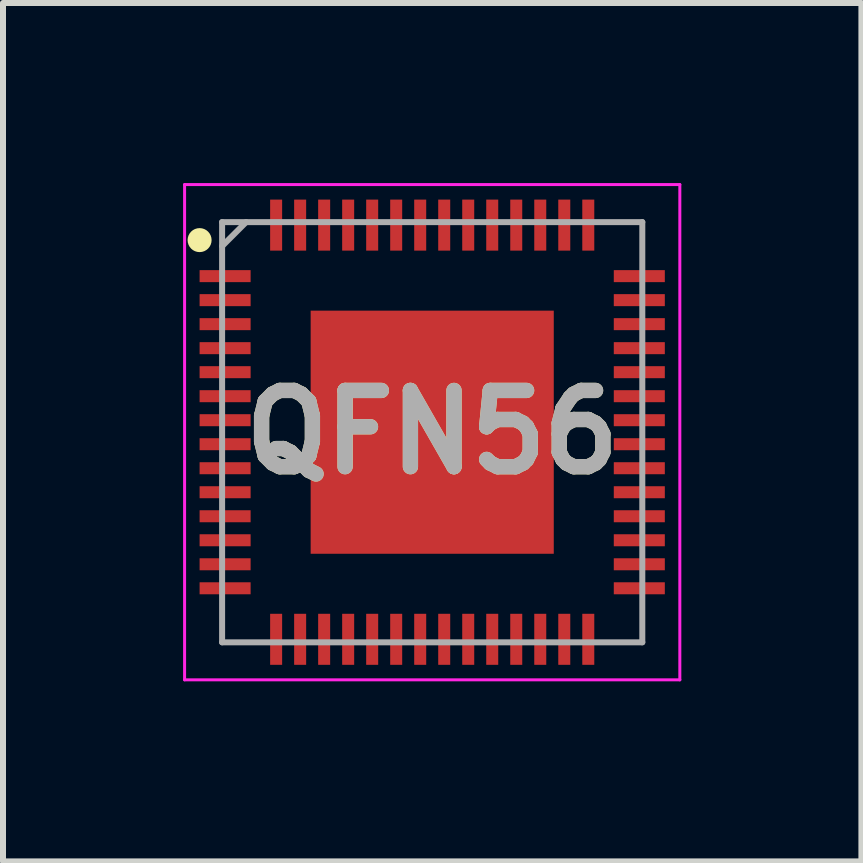
<source format=kicad_pcb>
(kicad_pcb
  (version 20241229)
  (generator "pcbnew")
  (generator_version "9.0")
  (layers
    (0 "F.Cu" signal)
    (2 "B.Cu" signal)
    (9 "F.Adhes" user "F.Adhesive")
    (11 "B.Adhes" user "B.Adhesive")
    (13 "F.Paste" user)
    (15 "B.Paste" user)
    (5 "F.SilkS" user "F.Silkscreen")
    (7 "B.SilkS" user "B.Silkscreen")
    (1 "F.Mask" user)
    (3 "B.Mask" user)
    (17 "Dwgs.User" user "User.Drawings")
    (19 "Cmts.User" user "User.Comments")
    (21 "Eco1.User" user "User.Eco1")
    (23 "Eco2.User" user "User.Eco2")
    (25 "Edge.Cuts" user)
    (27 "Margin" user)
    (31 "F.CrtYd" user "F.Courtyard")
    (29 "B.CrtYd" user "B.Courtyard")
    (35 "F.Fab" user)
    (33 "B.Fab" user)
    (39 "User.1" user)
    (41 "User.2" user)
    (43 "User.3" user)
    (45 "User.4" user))
  (footprint "QFN56"
    (layer "F.Cu")
    (at 4.15 4.15)
    (property "Reference" "QFN56" (at 0 0 0) (layer "F.SilkS") (effects (font (size 1.27 1.27) (thickness 0.254))))
    (attr smd)
    (fp_circle (center -3.875 -3.2) (end -3.875 -3.1) (stroke (width 0.2) (type solid)) (fill no) (layer "F.SilkS"))
    (fp_line (start -4.125 -4.125) (end 4.125 -4.125) (stroke (width 0.05) (type solid)) (layer "F.CrtYd"))
    (fp_line (start -4.125 4.125) (end -4.125 -4.125) (stroke (width 0.05) (type solid)) (layer "F.CrtYd"))
    (fp_line (start 4.125 -4.125) (end 4.125 4.125) (stroke (width 0.05) (type solid)) (layer "F.CrtYd"))
    (fp_line (start 4.125 4.125) (end -4.125 4.125) (stroke (width 0.05) (type solid)) (layer "F.CrtYd"))
    (fp_line (start -3.5 -3.5) (end 3.5 -3.5) (stroke (width 0.1) (type solid)) (layer "F.Fab"))
    (fp_line (start -3.5 -3.1) (end -3.1 -3.5) (stroke (width 0.1) (type solid)) (layer "F.Fab"))
    (fp_line (start -3.5 3.5) (end -3.5 -3.5) (stroke (width 0.1) (type solid)) (layer "F.Fab"))
    (fp_line (start 3.5 -3.5) (end 3.5 3.5) (stroke (width 0.1) (type solid)) (layer "F.Fab"))
    (fp_line (start 3.5 3.5) (end -3.5 3.5) (stroke (width 0.1) (type solid)) (layer "F.Fab"))
    (fp_text user "${REFERENCE}" (at 0 0 0) (layer "F.Fab") (effects (font (size 1.27 1.27) (thickness 0.254))))
    (pad "1" smd rect (at -3.45 -2.6 90) (size 0.2 0.85) (layers "F.Cu" "F.Mask" "F.Paste"))
    (pad "2" smd rect (at -3.45 -2.2 90) (size 0.2 0.85) (layers "F.Cu" "F.Mask" "F.Paste"))
    (pad "3" smd rect (at -3.45 -1.8 90) (size 0.2 0.85) (layers "F.Cu" "F.Mask" "F.Paste"))
    (pad "4" smd rect (at -3.45 -1.4 90) (size 0.2 0.85) (layers "F.Cu" "F.Mask" "F.Paste"))
    (pad "5" smd rect (at -3.45 -1 90) (size 0.2 0.85) (layers "F.Cu" "F.Mask" "F.Paste"))
    (pad "6" smd rect (at -3.45 -0.6 90) (size 0.2 0.85) (layers "F.Cu" "F.Mask" "F.Paste"))
    (pad "7" smd rect (at -3.45 -0.2 90) (size 0.2 0.85) (layers "F.Cu" "F.Mask" "F.Paste"))
    (pad "8" smd rect (at -3.45 0.2 90) (size 0.2 0.85) (layers "F.Cu" "F.Mask" "F.Paste"))
    (pad "9" smd rect (at -3.45 0.6 90) (size 0.2 0.85) (layers "F.Cu" "F.Mask" "F.Paste"))
    (pad "10" smd rect (at -3.45 1 90) (size 0.2 0.85) (layers "F.Cu" "F.Mask" "F.Paste"))
    (pad "11" smd rect (at -3.45 1.4 90) (size 0.2 0.85) (layers "F.Cu" "F.Mask" "F.Paste"))
    (pad "12" smd rect (at -3.45 1.8 90) (size 0.2 0.85) (layers "F.Cu" "F.Mask" "F.Paste"))
    (pad "13" smd rect (at -3.45 2.2 90) (size 0.2 0.85) (layers "F.Cu" "F.Mask" "F.Paste"))
    (pad "14" smd rect (at -3.45 2.6 90) (size 0.2 0.85) (layers "F.Cu" "F.Mask" "F.Paste"))
    (pad "15" smd rect (at -2.6 3.45) (size 0.2 0.85) (layers "F.Cu" "F.Mask" "F.Paste"))
    (pad "16" smd rect (at -2.2 3.45) (size 0.2 0.85) (layers "F.Cu" "F.Mask" "F.Paste"))
    (pad "17" smd rect (at -1.8 3.45) (size 0.2 0.85) (layers "F.Cu" "F.Mask" "F.Paste"))
    (pad "18" smd rect (at -1.4 3.45) (size 0.2 0.85) (layers "F.Cu" "F.Mask" "F.Paste"))
    (pad "19" smd rect (at -1 3.45) (size 0.2 0.85) (layers "F.Cu" "F.Mask" "F.Paste"))
    (pad "20" smd rect (at -0.6 3.45) (size 0.2 0.85) (layers "F.Cu" "F.Mask" "F.Paste"))
    (pad "21" smd rect (at -0.2 3.45) (size 0.2 0.85) (layers "F.Cu" "F.Mask" "F.Paste"))
    (pad "22" smd rect (at 0.2 3.45) (size 0.2 0.85) (layers "F.Cu" "F.Mask" "F.Paste"))
    (pad "23" smd rect (at 0.6 3.45) (size 0.2 0.85) (layers "F.Cu" "F.Mask" "F.Paste"))
    (pad "24" smd rect (at 1 3.45) (size 0.2 0.85) (layers "F.Cu" "F.Mask" "F.Paste"))
    (pad "25" smd rect (at 1.4 3.45) (size 0.2 0.85) (layers "F.Cu" "F.Mask" "F.Paste"))
    (pad "26" smd rect (at 1.8 3.45) (size 0.2 0.85) (layers "F.Cu" "F.Mask" "F.Paste"))
    (pad "27" smd rect (at 2.2 3.45) (size 0.2 0.85) (layers "F.Cu" "F.Mask" "F.Paste"))
    (pad "28" smd rect (at 2.6 3.45) (size 0.2 0.85) (layers "F.Cu" "F.Mask" "F.Paste"))
    (pad "29" smd rect (at 3.45 2.6 90) (size 0.2 0.85) (layers "F.Cu" "F.Mask" "F.Paste"))
    (pad "30" smd rect (at 3.45 2.2 90) (size 0.2 0.85) (layers "F.Cu" "F.Mask" "F.Paste"))
    (pad "31" smd rect (at 3.45 1.8 90) (size 0.2 0.85) (layers "F.Cu" "F.Mask" "F.Paste"))
    (pad "32" smd rect (at 3.45 1.4 90) (size 0.2 0.85) (layers "F.Cu" "F.Mask" "F.Paste"))
    (pad "33" smd rect (at 3.45 1 90) (size 0.2 0.85) (layers "F.Cu" "F.Mask" "F.Paste"))
    (pad "34" smd rect (at 3.45 0.6 90) (size 0.2 0.85) (layers "F.Cu" "F.Mask" "F.Paste"))
    (pad "35" smd rect (at 3.45 0.2 90) (size 0.2 0.85) (layers "F.Cu" "F.Mask" "F.Paste"))
    (pad "36" smd rect (at 3.45 -0.2 90) (size 0.2 0.85) (layers "F.Cu" "F.Mask" "F.Paste"))
    (pad "37" smd rect (at 3.45 -0.6 90) (size 0.2 0.85) (layers "F.Cu" "F.Mask" "F.Paste"))
    (pad "38" smd rect (at 3.45 -1 90) (size 0.2 0.85) (layers "F.Cu" "F.Mask" "F.Paste"))
    (pad "39" smd rect (at 3.45 -1.4 90) (size 0.2 0.85) (layers "F.Cu" "F.Mask" "F.Paste"))
    (pad "40" smd rect (at 3.45 -1.8 90) (size 0.2 0.85) (layers "F.Cu" "F.Mask" "F.Paste"))
    (pad "41" smd rect (at 3.45 -2.2 90) (size 0.2 0.85) (layers "F.Cu" "F.Mask" "F.Paste"))
    (pad "42" smd rect (at 3.45 -2.6 90) (size 0.2 0.85) (layers "F.Cu" "F.Mask" "F.Paste"))
    (pad "43" smd rect (at 2.6 -3.45) (size 0.2 0.85) (layers "F.Cu" "F.Mask" "F.Paste"))
    (pad "44" smd rect (at 2.2 -3.45) (size 0.2 0.85) (layers "F.Cu" "F.Mask" "F.Paste"))
    (pad "45" smd rect (at 1.8 -3.45) (size 0.2 0.85) (layers "F.Cu" "F.Mask" "F.Paste"))
    (pad "46" smd rect (at 1.4 -3.45) (size 0.2 0.85) (layers "F.Cu" "F.Mask" "F.Paste"))
    (pad "47" smd rect (at 1 -3.45) (size 0.2 0.85) (layers "F.Cu" "F.Mask" "F.Paste"))
    (pad "48" smd rect (at 0.6 -3.45) (size 0.2 0.85) (layers "F.Cu" "F.Mask" "F.Paste"))
    (pad "49" smd rect (at 0.2 -3.45) (size 0.2 0.85) (layers "F.Cu" "F.Mask" "F.Paste"))
    (pad "50" smd rect (at -0.2 -3.45) (size 0.2 0.85) (layers "F.Cu" "F.Mask" "F.Paste"))
    (pad "51" smd rect (at -0.6 -3.45) (size 0.2 0.85) (layers "F.Cu" "F.Mask" "F.Paste"))
    (pad "52" smd rect (at -1 -3.45) (size 0.2 0.85) (layers "F.Cu" "F.Mask" "F.Paste"))
    (pad "53" smd rect (at -1.4 -3.45) (size 0.2 0.85) (layers "F.Cu" "F.Mask" "F.Paste"))
    (pad "54" smd rect (at -1.8 -3.45) (size 0.2 0.85) (layers "F.Cu" "F.Mask" "F.Paste"))
    (pad "55" smd rect (at -2.2 -3.45) (size 0.2 0.85) (layers "F.Cu" "F.Mask" "F.Paste"))
    (pad "56" smd rect (at -2.6 -3.45) (size 0.2 0.85) (layers "F.Cu" "F.Mask" "F.Paste"))
    (pad "57" smd rect (at 0 0) (size 4.05 4.05) (layers "F.Cu" "F.Mask" "F.Paste")))
  (gr_rect
    (start -3 -3)
    (end 11.3 11.3)
    (stroke (width 0.1) (type default))
    (fill no)
    (layer "Edge.Cuts")))
</source>
